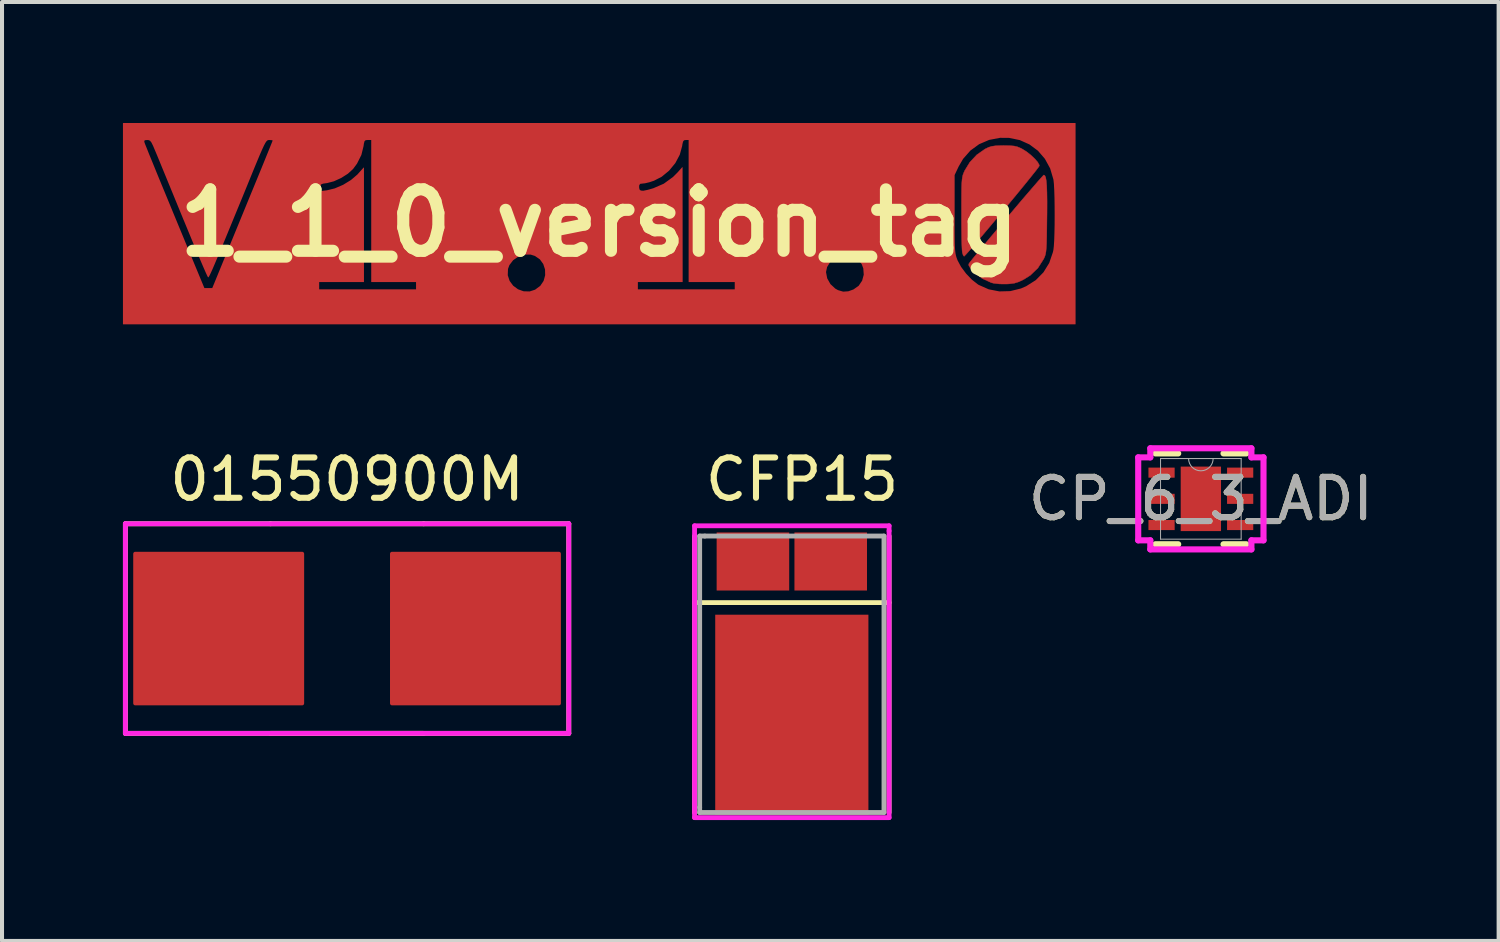
<source format=kicad_pcb>
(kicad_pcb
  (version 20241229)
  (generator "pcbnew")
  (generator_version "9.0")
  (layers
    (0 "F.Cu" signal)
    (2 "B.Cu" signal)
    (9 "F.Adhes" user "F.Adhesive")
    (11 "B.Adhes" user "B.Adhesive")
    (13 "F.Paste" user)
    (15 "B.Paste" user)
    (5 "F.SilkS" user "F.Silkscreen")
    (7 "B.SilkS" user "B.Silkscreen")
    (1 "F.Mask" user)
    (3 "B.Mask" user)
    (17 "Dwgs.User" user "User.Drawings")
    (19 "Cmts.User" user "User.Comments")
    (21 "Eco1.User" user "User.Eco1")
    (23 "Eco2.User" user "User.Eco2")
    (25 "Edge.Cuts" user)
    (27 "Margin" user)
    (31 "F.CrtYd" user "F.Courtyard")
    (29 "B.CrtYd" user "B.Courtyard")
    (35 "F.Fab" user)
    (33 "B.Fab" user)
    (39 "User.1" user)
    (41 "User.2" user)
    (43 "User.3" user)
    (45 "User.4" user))
  (footprint "1_1_0_version_tag"
    (layer "F.Cu")
    (at 11.816 2.482)
    (property "Reference" "1_1_0_version_tag" (at 0 0 0) (layer "F.SilkS") (effects (font (size 1.524 1.524) (thickness 0.3))))
    (attr through_hole)
    (fp_poly (pts (xy 11.054 -1.176) (xy 11.074 -1.131) (xy 11.089 -1.049) (xy 11.1 -0.925) (xy 11.106 -0.755) (xy 11.109 -0.533) (xy 11.108 -0.256) (xy 11.106 -0.115) (xy 11.103 0.142) (xy 11.1 0.345) (xy 11.096 0.501) (xy 11.09 0.618) (xy 11.082 0.705) (xy 11.071 0.769) (xy 11.056 0.821) (xy 11.037 0.866) (xy 11.025 0.891) (xy 10.881 1.117) (xy 10.694 1.297) (xy 10.536 1.397) (xy 10.41 1.458) (xy 10.298 1.493) (xy 10.169 1.51) (xy 10.097 1.514) (xy 9.933 1.512) (xy 9.789 1.496) (xy 9.726 1.48) (xy 9.5 1.377) (xy 9.304 1.222) (xy 9.256 1.172) (xy 9.19 1.094) (xy 9.164 1.044) (xy 9.171 1.007) (xy 9.182 0.991) (xy 9.267 0.884) (xy 9.38 0.746) (xy 9.514 0.584) (xy 9.665 0.402) (xy 9.828 0.208) (xy 9.998 0.005) (xy 10.17 -0.198) (xy 10.339 -0.398) (xy 10.5 -0.588) (xy 10.649 -0.761) (xy 10.78 -0.913) (xy 10.888 -1.038) (xy 10.969 -1.129) (xy 11.017 -1.181) (xy 11.028 -1.191) (xy 11.054 -1.176)) (stroke (width 0.01) (type solid)) (fill yes) (layer "F.Cu"))
    (fp_poly (pts (xy 10.183 -1.918) (xy 10.29 -1.91) (xy 10.373 -1.89) (xy 10.452 -1.857) (xy 10.493 -1.836) (xy 10.601 -1.768) (xy 10.709 -1.683) (xy 10.805 -1.592) (xy 10.878 -1.507) (xy 10.915 -1.44) (xy 10.917 -1.417) (xy 10.895 -1.384) (xy 10.838 -1.308) (xy 10.749 -1.196) (xy 10.635 -1.054) (xy 10.5 -0.888) (xy 10.349 -0.704) (xy 10.187 -0.508) (xy 10.019 -0.306) (xy 9.85 -0.103) (xy 9.685 0.094) (xy 9.529 0.279) (xy 9.387 0.447) (xy 9.263 0.591) (xy 9.163 0.706) (xy 9.092 0.785) (xy 9.054 0.823) (xy 9.05 0.826) (xy 9.027 0.798) (xy 9.006 0.731) (xy 9.005 0.726) (xy 9 0.669) (xy 8.995 0.557) (xy 8.991 0.401) (xy 8.988 0.209) (xy 8.986 -0.008) (xy 8.986 -0.243) (xy 8.986 -0.25) (xy 8.986 -0.509) (xy 8.987 -0.713) (xy 8.989 -0.87) (xy 8.993 -0.988) (xy 9 -1.077) (xy 9.01 -1.144) (xy 9.023 -1.197) (xy 9.042 -1.246) (xy 9.065 -1.299) (xy 9.067 -1.302) (xy 9.194 -1.509) (xy 9.367 -1.693) (xy 9.567 -1.833) (xy 9.573 -1.836) (xy 9.657 -1.877) (xy 9.736 -1.902) (xy 9.829 -1.915) (xy 9.956 -1.92) (xy 10.033 -1.921) (xy 10.183 -1.918)) (stroke (width 0.01) (type solid)) (fill yes) (layer "F.Cu"))
    (pad "1" smd custom (at -1.9 -1) (size 1.524 1.524) (layers "F.Cu") (options (anchor rect)) (primitives (gr_poly (pts (xy 13.711 3.508) (xy -9.911 3.508) (xy -9.911 -1.029) (xy -9.393 -1.029) (xy -9.385 -0.992) (xy -9.368 -0.947) (xy -9.33 -0.853) (xy -9.272 -0.707) (xy -9.191 -0.51) (xy -9.089 -0.259) (xy -8.964 0.045) (xy -8.816 0.403) (xy -8.645 0.818) (xy -8.45 1.289) (xy -8.238 1.802) (xy -7.899 2.619) (xy -7.697 2.619) (xy -7.632 2.461) (xy -5.053 2.461) (xy -5.053 2.651) (xy -2.64 2.651) (xy -2.64 2.461) (xy -3.752 2.461) (xy -3.752 2.296) (xy -0.375 2.296) (xy -0.328 2.439) (xy -0.239 2.559) (xy -0.119 2.648) (xy 0.022 2.699) (xy 0.174 2.703) (xy 0.31 2.659) (xy 0.44 2.563) (xy 0.509 2.461) (xy 2.853 2.461) (xy 2.853 2.651) (xy 5.266 2.651) (xy 5.266 2.461) (xy 4.122 2.461) (xy 4.122 2.217) (xy 7.52 2.217) (xy 7.55 2.375) (xy 7.631 2.519) (xy 7.753 2.632) (xy 7.821 2.67) (xy 7.951 2.708) (xy 8.08 2.699) (xy 8.208 2.653) (xy 8.338 2.562) (xy 8.425 2.434) (xy 8.466 2.284) (xy 8.455 2.125) (xy 8.414 2.016) (xy 8.338 1.922) (xy 8.225 1.839) (xy 8.099 1.78) (xy 7.999 1.762) (xy 7.864 1.79) (xy 7.734 1.863) (xy 7.623 1.968) (xy 7.547 2.092) (xy 7.52 2.217) (xy 4.122 2.217) (xy 4.122 -0.191) (xy 10.711 -0.191) (xy 10.711 0.778) (xy 10.711 1.052) (xy 10.712 1.271) (xy 10.714 1.442) (xy 10.717 1.574) (xy 10.723 1.673) (xy 10.732 1.75) (xy 10.744 1.81) (xy 10.759 1.862) (xy 10.779 1.915) (xy 10.784 1.929) (xy 10.871 2.09) (xy 10.996 2.258) (xy 11.141 2.41) (xy 11.289 2.526) (xy 11.311 2.54) (xy 11.56 2.65) (xy 11.825 2.702) (xy 12.095 2.695) (xy 12.363 2.629) (xy 12.492 2.573) (xy 12.731 2.422) (xy 12.923 2.227) (xy 13.067 1.994) (xy 13.159 1.724) (xy 13.171 1.668) (xy 13.182 1.574) (xy 13.191 1.429) (xy 13.197 1.245) (xy 13.201 1.035) (xy 13.202 0.812) (xy 13.201 0.588) (xy 13.198 0.375) (xy 13.192 0.186) (xy 13.184 0.034) (xy 13.173 -0.069) (xy 13.171 -0.081) (xy 13.09 -0.355) (xy 12.959 -0.595) (xy 12.786 -0.796) (xy 12.575 -0.953) (xy 12.335 -1.061) (xy 12.069 -1.116) (xy 11.843 -1.118) (xy 11.57 -1.066) (xy 11.321 -0.959) (xy 11.103 -0.8) (xy 10.922 -0.594) (xy 10.811 -0.403) (xy 10.711 -0.191) (xy 4.122 -0.191) (xy 4.122 -1.064) (xy 4.047 -1.064) (xy 4.001 -1.056) (xy 3.974 -1.022) (xy 3.956 -0.945) (xy 3.952 -0.911) (xy 3.893 -0.696) (xy 3.783 -0.489) (xy 3.63 -0.303) (xy 3.447 -0.152) (xy 3.255 -0.053) (xy 3.14 -0.015) (xy 3.034 0.01) (xy 2.978 0.016) (xy 2.912 0.024) (xy 2.887 0.061) (xy 2.884 0.111) (xy 2.893 0.169) (xy 2.927 0.2) (xy 2.993 0.205) (xy 3.101 0.183) (xy 3.241 0.143) (xy 3.502 0.03) (xy 3.733 -0.138) (xy 3.844 -0.249) (xy 3.962 -0.381) (xy 3.963 1.04) (xy 3.964 2.461) (xy 2.853 2.461) (xy 0.509 2.461) (xy 0.524 2.438) (xy 0.563 2.297) (xy 0.56 2.152) (xy 0.515 2.015) (xy 0.43 1.898) (xy 0.306 1.813) (xy 0.199 1.779) (xy 0.042 1.779) (xy -0.109 1.829) (xy -0.239 1.919) (xy -0.333 2.041) (xy -0.369 2.138) (xy -0.375 2.296) (xy -3.752 2.296) (xy -3.752 -1.064) (xy -3.842 -1.064) (xy -3.897 -1.059) (xy -3.927 -1.033) (xy -3.944 -0.969) (xy -3.952 -0.909) (xy -4.006 -0.69) (xy -4.113 -0.476) (xy -4.211 -0.343) (xy -4.339 -0.226) (xy -4.505 -0.121) (xy -4.685 -0.039) (xy -4.853 0.005) (xy -4.862 0.006) (xy -4.956 0.019) (xy -5.003 0.039) (xy -5.02 0.077) (xy -5.021 0.12) (xy -5.021 0.214) (xy -4.855 0.194) (xy -4.658 0.146) (xy -4.45 0.056) (xy -4.256 -0.063) (xy -4.098 -0.198) (xy -4.087 -0.21) (xy -3.942 -0.372) (xy -3.942 2.461) (xy -5.053 2.461) (xy -7.632 2.461) (xy -7.44 1.992) (xy -7.368 1.817) (xy -7.277 1.593) (xy -7.17 1.334) (xy -7.053 1.05) (xy -6.931 0.752) (xy -6.808 0.452) (xy -6.69 0.165) (xy -6.583 -0.095) (xy -6.484 -0.336) (xy -6.396 -0.552) (xy -6.321 -0.737) (xy -6.261 -0.885) (xy -6.219 -0.989) (xy -6.198 -1.043) (xy -6.196 -1.05) (xy -6.224 -1.06) (xy -6.286 -1.064) (xy -6.311 -1.062) (xy -6.335 -1.053) (xy -6.359 -1.031) (xy -6.387 -0.99) (xy -6.422 -0.924) (xy -6.467 -0.827) (xy -6.525 -0.694) (xy -6.599 -0.517) (xy -6.692 -0.292) (xy -6.769 -0.103) (xy -6.953 0.348) (xy -7.116 0.743) (xy -7.257 1.086) (xy -7.378 1.38) (xy -7.481 1.628) (xy -7.567 1.833) (xy -7.637 1.998) (xy -7.692 2.127) (xy -7.735 2.223) (xy -7.766 2.288) (xy -7.787 2.327) (xy -7.799 2.343) (xy -7.801 2.343) (xy -7.818 2.314) (xy -7.856 2.231) (xy -7.913 2.101) (xy -7.987 1.929) (xy -8.075 1.721) (xy -8.175 1.482) (xy -8.284 1.219) (xy -8.4 0.937) (xy -8.41 0.915) (xy -8.531 0.62) (xy -8.648 0.334) (xy -8.759 0.064) (xy -8.86 -0.182) (xy -8.949 -0.398) (xy -9.022 -0.577) (xy -9.077 -0.71) (xy -9.109 -0.786) (xy -9.164 -0.916) (xy -9.204 -0.997) (xy -9.238 -1.042) (xy -9.273 -1.06) (xy -9.315 -1.064) (xy -9.379 -1.057) (xy -9.393 -1.029) (xy -9.911 -1.029) (xy -9.911 -1.476) (xy 13.711 -1.476) (xy 13.711 3.508)) (width 0.01) (fill yes)))))
  (footprint "01550900M"
    (layer "F.Cu")
    (at 5.56 12.543)
    (property "Reference" "01550900M" (at 0 -3.7 0) (unlocked yes) (layer "F.SilkS") (effects (font (size 1 1) (thickness 0.15))))
    (attr smd)
    (fp_line (start -5.5 -2.6) (end -1.9 -2.6) (stroke (width 0.12) (type default)) (layer "F.SilkS"))
    (fp_line (start -5.5 2.6) (end -5.5 -2.6) (stroke (width 0.12) (type default)) (layer "F.SilkS"))
    (fp_line (start -1.9 2.6) (end -5.5 2.6) (stroke (width 0.12) (type default)) (layer "F.SilkS"))
    (fp_line (start -1.9 2.6) (end 1.9 2.6) (stroke (width 0.12) (type default)) (layer "F.SilkS"))
    (fp_line (start 1.9 -2.6) (end -1.9 -2.6) (stroke (width 0.12) (type default)) (layer "F.SilkS"))
    (fp_line (start 1.9 -2.6) (end 5.5 -2.6) (stroke (width 0.12) (type default)) (layer "F.SilkS"))
    (fp_line (start 1.9 2.6) (end -1.9 2.6) (stroke (width 0.12) (type default)) (layer "F.SilkS"))
    (fp_line (start 5.5 -2.6) (end 5.5 2.6) (stroke (width 0.12) (type default)) (layer "F.SilkS"))
    (fp_line (start 5.5 2.6) (end 1.9 2.6) (stroke (width 0.12) (type default)) (layer "F.SilkS"))
    (fp_line (start -5.5 -2.6) (end -5.5 2.6) (stroke (width 0.12) (type default)) (layer "F.CrtYd"))
    (fp_line (start -5.5 2.6) (end 5.5 2.6) (stroke (width 0.12) (type default)) (layer "F.CrtYd"))
    (fp_line (start 5.5 -2.6) (end -5.5 -2.6) (stroke (width 0.12) (type default)) (layer "F.CrtYd"))
    (fp_line (start 5.5 2.6) (end 5.5 -2.6) (stroke (width 0.12) (type default)) (layer "F.CrtYd"))
    (pad "1" smd roundrect (at -3.185 0) (size 4.24 3.81) (layers "F.Cu" "F.Mask" "F.Paste") (roundrect_rratio 0.013))
    (pad "2" smd roundrect (at 3.185 0) (size 4.24 3.81) (layers "F.Cu" "F.Mask" "F.Paste") (roundrect_rratio 0.013)))
  (footprint "CP_6_3_ADI"
    (layer "F.Cu")
    (at 26.74 9.325)
    (property "Reference" "CP_6_3_ADI" (at 0 0 0) (unlocked yes) (layer "F.SilkS") (effects (font (size 1 1) (thickness 0.15))))
    (attr smd)
    (fp_line (start -1.127 1.127) (end -0.562 1.127) (stroke (width 0.152) (type solid)) (layer "F.SilkS"))
    (fp_line (start -0.562 -1.127) (end -1.127 -1.127) (stroke (width 0.152) (type solid)) (layer "F.SilkS"))
    (fp_line (start 0.562 1.127) (end 1.127 1.127) (stroke (width 0.152) (type solid)) (layer "F.SilkS"))
    (fp_line (start 1.127 -1.127) (end 0.562 -1.127) (stroke (width 0.152) (type solid)) (layer "F.SilkS"))
    (fp_line (start -1.554 -1.029) (end -1.254 -1.029) (stroke (width 0.152) (type solid)) (layer "F.CrtYd"))
    (fp_line (start -1.554 1.029) (end -1.554 -1.029) (stroke (width 0.152) (type solid)) (layer "F.CrtYd"))
    (fp_line (start -1.554 1.029) (end -1.254 1.029) (stroke (width 0.152) (type solid)) (layer "F.CrtYd"))
    (fp_line (start -1.254 -1.254) (end 1.254 -1.254) (stroke (width 0.152) (type solid)) (layer "F.CrtYd"))
    (fp_line (start -1.254 -1.029) (end -1.254 -1.254) (stroke (width 0.152) (type solid)) (layer "F.CrtYd"))
    (fp_line (start -1.254 1.254) (end -1.254 1.029) (stroke (width 0.152) (type solid)) (layer "F.CrtYd"))
    (fp_line (start 1.254 -1.254) (end 1.254 -1.029) (stroke (width 0.152) (type solid)) (layer "F.CrtYd"))
    (fp_line (start 1.254 1.029) (end 1.254 1.254) (stroke (width 0.152) (type solid)) (layer "F.CrtYd"))
    (fp_line (start 1.254 1.254) (end -1.254 1.254) (stroke (width 0.152) (type solid)) (layer "F.CrtYd"))
    (fp_line (start 1.554 -1.029) (end 1.254 -1.029) (stroke (width 0.152) (type solid)) (layer "F.CrtYd"))
    (fp_line (start 1.554 -1.029) (end 1.554 1.029) (stroke (width 0.152) (type solid)) (layer "F.CrtYd"))
    (fp_line (start 1.554 1.029) (end 1.254 1.029) (stroke (width 0.152) (type solid)) (layer "F.CrtYd"))
    (fp_line (start -1 -1) (end -1 1) (stroke (width 0.025) (type solid)) (layer "F.Fab"))
    (fp_line (start -1 1) (end 1 1) (stroke (width 0.025) (type solid)) (layer "F.Fab"))
    (fp_line (start 1 -1) (end -1 -1) (stroke (width 0.025) (type solid)) (layer "F.Fab"))
    (fp_line (start 1 1) (end 1 -1) (stroke (width 0.025) (type solid)) (layer "F.Fab"))
    (fp_arc (start 0.3048 -1) (mid 0 -0.6952) (end -0.3048 -1) (stroke (width 0.0254) (type solid)) (layer "F.Fab"))
    (fp_text user "${REFERENCE}" (at 0 0 0) (unlocked yes) (layer "F.Fab") (effects (font (size 1 1) (thickness 0.15))))
    (pad "1" smd rect (at -0.975 -0.65) (size 0.65 0.25) (layers "F.Cu" "F.Mask" "F.Paste"))
    (pad "2" smd rect (at -0.975 0) (size 0.65 0.25) (layers "F.Cu" "F.Mask" "F.Paste"))
    (pad "3" smd rect (at -0.975 0.65) (size 0.65 0.25) (layers "F.Cu" "F.Mask" "F.Paste"))
    (pad "4" smd rect (at 0.975 0.65) (size 0.65 0.25) (layers "F.Cu" "F.Mask" "F.Paste"))
    (pad "5" smd rect (at 0.975 0) (size 0.65 0.25) (layers "F.Cu" "F.Mask" "F.Paste"))
    (pad "6" smd rect (at 0.975 -0.65) (size 0.65 0.25) (layers "F.Cu" "F.Mask" "F.Paste"))
    (pad "7" smd rect (at 0 0) (size 1 1.6) (layers "F.Cu" "F.Mask" "F.Paste")))
  (footprint "CFP15"
    (layer "F.Cu")
    (at 16.593 11.899)
    (property "Reference" "CFP15" (at 0.254 -3.056 0) (layer "F.SilkS") (effects (font (size 1 1) (thickness 0.15))))
    (attr through_hole)
    (fp_line (start -2.413 -1.651) (end -2.413 5.207) (stroke (width 0.12) (type solid)) (layer "F.SilkS"))
    (fp_line (start -2.413 0) (end 2.413 0) (stroke (width 0.12) (type solid)) (layer "F.SilkS"))
    (fp_line (start 2.413 5.207) (end 2.413 -1.651) (stroke (width 0.12) (type solid)) (layer "F.SilkS"))
    (fp_line (start -2.413 -1.905) (end -2.413 5.334) (stroke (width 0.12) (type solid)) (layer "F.CrtYd"))
    (fp_line (start -2.413 5.334) (end 2.413 5.334) (stroke (width 0.12) (type solid)) (layer "F.CrtYd"))
    (fp_line (start 2.413 -1.905) (end -2.413 -1.905) (stroke (width 0.12) (type solid)) (layer "F.CrtYd"))
    (fp_line (start 2.413 -1.778) (end 2.413 -1.905) (stroke (width 0.12) (type solid)) (layer "F.CrtYd"))
    (fp_line (start 2.413 5.334) (end 2.413 -1.778) (stroke (width 0.12) (type solid)) (layer "F.CrtYd"))
    (fp_line (start -2.286 -1.651) (end -2.286 5.08) (stroke (width 0.12) (type solid)) (layer "F.Fab"))
    (fp_line (start -2.286 5.08) (end -2.286 5.207) (stroke (width 0.12) (type solid)) (layer "F.Fab"))
    (fp_line (start -2.286 5.207) (end 2.286 5.207) (stroke (width 0.12) (type solid)) (layer "F.Fab"))
    (fp_line (start -2.159 -1.651) (end -2.286 -1.651) (stroke (width 0.12) (type solid)) (layer "F.Fab"))
    (fp_line (start 2.286 -1.651) (end -2.159 -1.651) (stroke (width 0.12) (type solid)) (layer "F.Fab"))
    (fp_line (start 2.286 5.207) (end 2.286 -1.651) (stroke (width 0.12) (type solid)) (layer "F.Fab"))
    (pad "1" smd rect (at 0 2.78) (size 3.8 4.96) (layers "F.Cu" "F.Mask" "F.Paste"))
    (pad "2" smd rect (at -0.965 -1.02) (size 1.8 1.44) (layers "F.Cu" "F.Mask" "F.Paste"))
    (pad "2" smd rect (at 0.965 -1.02) (size 1.8 1.44) (layers "F.Cu" "F.Mask" "F.Paste")))
  (gr_rect
    (start -3 -3)
    (end 34.127 20.293)
    (stroke (width 0.1) (type default))
    (fill no)
    (layer "Edge.Cuts")))
</source>
